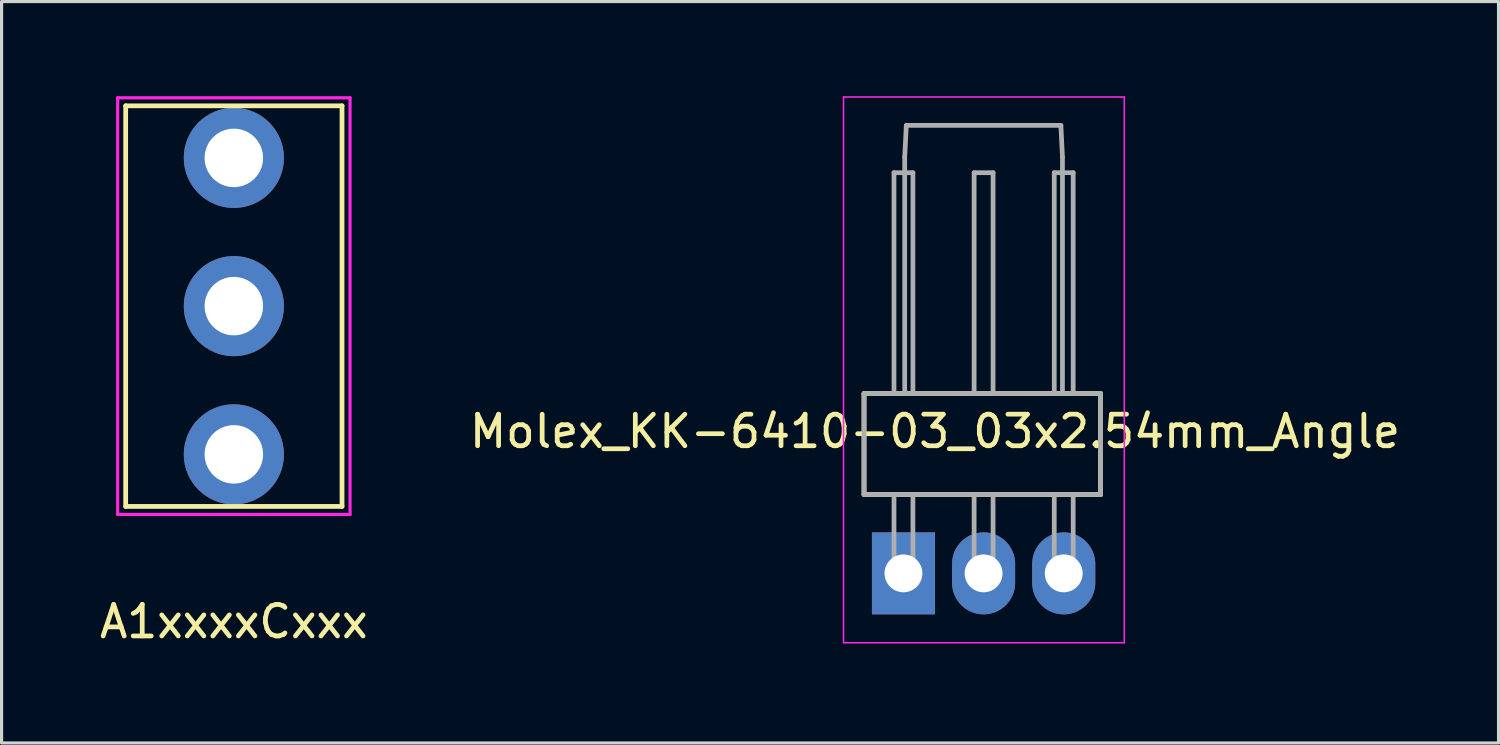
<source format=kicad_pcb>
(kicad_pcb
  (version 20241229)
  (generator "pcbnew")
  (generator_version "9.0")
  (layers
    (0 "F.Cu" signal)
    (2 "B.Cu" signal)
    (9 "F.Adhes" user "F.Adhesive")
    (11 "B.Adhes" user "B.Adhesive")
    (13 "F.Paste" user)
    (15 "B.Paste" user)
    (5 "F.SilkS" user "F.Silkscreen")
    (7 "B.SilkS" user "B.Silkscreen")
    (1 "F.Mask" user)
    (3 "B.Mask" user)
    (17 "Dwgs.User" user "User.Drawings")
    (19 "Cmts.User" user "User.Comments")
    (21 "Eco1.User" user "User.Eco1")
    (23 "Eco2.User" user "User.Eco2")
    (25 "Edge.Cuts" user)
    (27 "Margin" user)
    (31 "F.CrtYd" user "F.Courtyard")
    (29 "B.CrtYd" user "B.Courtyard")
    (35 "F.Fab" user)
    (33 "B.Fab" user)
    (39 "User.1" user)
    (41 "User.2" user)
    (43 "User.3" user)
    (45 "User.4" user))
  (footprint "Molex_KK-6410-03_03x2.54mm_Angle"
    (layer "F.Cu")
    (at 25.589 15.125)
    (property "Reference" "Molex_KK-6410-03_03x2.54mm_Angle" (at 1 -4.5 0) (layer "F.SilkS") (effects (font (size 1 1) (thickness 0.15))))
    (attr through_hole)
    (fp_line (start -1.25 -5.7) (end -1.25 -2.5) (stroke (width 0.15) (type solid)) (layer "F.SilkS"))
    (fp_line (start -1.25 -2.5) (end 6.25 -2.5) (stroke (width 0.15) (type solid)) (layer "F.SilkS"))
    (fp_line (start 6.25 -5.7) (end -1.25 -5.7) (stroke (width 0.15) (type solid)) (layer "F.SilkS"))
    (fp_line (start 6.25 -2.5) (end 6.25 -5.7) (stroke (width 0.15) (type solid)) (layer "F.SilkS"))
    (fp_line (start -1.9 -15.1) (end 7 -15.1) (stroke (width 0.05) (type solid)) (layer "F.CrtYd"))
    (fp_line (start -1.9 2.2) (end -1.9 -15.1) (stroke (width 0.05) (type solid)) (layer "F.CrtYd"))
    (fp_line (start 7 -15.1) (end 7 2.2) (stroke (width 0.05) (type solid)) (layer "F.CrtYd"))
    (fp_line (start 7 2.2) (end -1.9 2.2) (stroke (width 0.05) (type solid)) (layer "F.CrtYd"))
    (fp_line (start -1.25 -5.7) (end 6.25 -5.7) (stroke (width 0.15) (type solid)) (layer "F.Fab"))
    (fp_line (start -1.25 -2.5) (end -1.25 -5.7) (stroke (width 0.15) (type solid)) (layer "F.Fab"))
    (fp_line (start -0.3 -12.7) (end 0.3 -12.7) (stroke (width 0.15) (type solid)) (layer "F.Fab"))
    (fp_line (start -0.3 -5.7) (end -0.3 -12.7) (stroke (width 0.15) (type solid)) (layer "F.Fab"))
    (fp_line (start -0.3 0.3) (end -0.3 -2.5) (stroke (width 0.15) (type solid)) (layer "F.Fab"))
    (fp_line (start -0.3 0.3) (end 0.3 0.3) (stroke (width 0.15) (type solid)) (layer "F.Fab"))
    (fp_line (start 0.04 -13.2) (end 0.09 -14.2) (stroke (width 0.15) (type solid)) (layer "F.Fab"))
    (fp_line (start 0.04 -5.7) (end 0.04 -13.2) (stroke (width 0.15) (type solid)) (layer "F.Fab"))
    (fp_line (start 0.09 -14.2) (end 4.99 -14.2) (stroke (width 0.15) (type solid)) (layer "F.Fab"))
    (fp_line (start 0.3 -12.7) (end 0.3 -5.7) (stroke (width 0.15) (type solid)) (layer "F.Fab"))
    (fp_line (start 0.3 0.3) (end 0.3 -2.5) (stroke (width 0.15) (type solid)) (layer "F.Fab"))
    (fp_line (start 2.24 -12.7) (end 2.84 -12.7) (stroke (width 0.15) (type solid)) (layer "F.Fab"))
    (fp_line (start 2.24 -5.7) (end 2.24 -12.7) (stroke (width 0.15) (type solid)) (layer "F.Fab"))
    (fp_line (start 2.24 0.3) (end 2.24 -2.5) (stroke (width 0.15) (type solid)) (layer "F.Fab"))
    (fp_line (start 2.24 0.3) (end 2.84 0.3) (stroke (width 0.15) (type solid)) (layer "F.Fab"))
    (fp_line (start 2.84 -12.7) (end 2.84 -5.7) (stroke (width 0.15) (type solid)) (layer "F.Fab"))
    (fp_line (start 2.84 0.3) (end 2.84 -2.5) (stroke (width 0.15) (type solid)) (layer "F.Fab"))
    (fp_line (start 4.78 -12.7) (end 5.38 -12.7) (stroke (width 0.15) (type solid)) (layer "F.Fab"))
    (fp_line (start 4.78 -5.7) (end 4.78 -12.7) (stroke (width 0.15) (type solid)) (layer "F.Fab"))
    (fp_line (start 4.78 0.3) (end 4.78 -2.5) (stroke (width 0.15) (type solid)) (layer "F.Fab"))
    (fp_line (start 4.78 0.3) (end 5.38 0.3) (stroke (width 0.15) (type solid)) (layer "F.Fab"))
    (fp_line (start 5.04 -13.2) (end 4.99 -14.2) (stroke (width 0.15) (type solid)) (layer "F.Fab"))
    (fp_line (start 5.04 -13.2) (end 5.04 -5.7) (stroke (width 0.15) (type solid)) (layer "F.Fab"))
    (fp_line (start 5.38 -12.7) (end 5.38 -5.7) (stroke (width 0.15) (type solid)) (layer "F.Fab"))
    (fp_line (start 5.38 0.3) (end 5.38 -2.5) (stroke (width 0.15) (type solid)) (layer "F.Fab"))
    (fp_line (start 6.25 -5.7) (end 6.25 -2.5) (stroke (width 0.15) (type solid)) (layer "F.Fab"))
    (fp_line (start 6.25 -2.5) (end -1.25 -2.5) (stroke (width 0.15) (type solid)) (layer "F.Fab"))
    (pad "1" thru_hole rect (at 0 0) (size 2 2.6) (drill 1.2) (layers "*.Cu" "*.Mask"))
    (pad "2" thru_hole oval (at 2.54 0) (size 2 2.6) (drill 1.2) (layers "*.Cu" "*.Mask"))
    (pad "3" thru_hole oval (at 5.08 0) (size 2 2.6) (drill 1.2) (layers "*.Cu" "*.Mask")))
  (footprint "A1xxxxCxxx"
    (layer "F.Cu")
    (at 4.363 6.654)
    (property "Reference" "A1xxxxCxxx" (at 0 10 0) (layer "F.SilkS") (effects (font (size 1 1) (thickness 0.15))))
    (attr through_hole)
    (fp_line (start -3.429 -6.35) (end 3.429 -6.35) (stroke (width 0.15) (type solid)) (layer "F.SilkS"))
    (fp_line (start -3.429 6.35) (end -3.429 -6.35) (stroke (width 0.15) (type solid)) (layer "F.SilkS"))
    (fp_line (start 3.429 -6.35) (end 3.429 6.35) (stroke (width 0.15) (type solid)) (layer "F.SilkS"))
    (fp_line (start 3.429 6.35) (end -3.429 6.35) (stroke (width 0.15) (type solid)) (layer "F.SilkS"))
    (fp_line (start -3.683 -6.604) (end 3.683 -6.604) (stroke (width 0.1) (type solid)) (layer "F.CrtYd"))
    (fp_line (start -3.683 6.604) (end -3.683 -6.604) (stroke (width 0.1) (type solid)) (layer "F.CrtYd"))
    (fp_line (start 3.683 -6.604) (end 3.683 6.604) (stroke (width 0.1) (type solid)) (layer "F.CrtYd"))
    (fp_line (start 3.683 6.604) (end -3.683 6.604) (stroke (width 0.1) (type solid)) (layer "F.CrtYd"))
    (pad "1" thru_hole circle (at 0 -4.699) (size 3.175 3.175) (drill 1.854) (layers "*.Cu" "*.Mask"))
    (pad "2" thru_hole circle (at 0 0) (size 3.175 3.175) (drill 1.854) (layers "*.Cu" "*.Mask"))
    (pad "3" thru_hole circle (at 0 4.699) (size 3.175 3.175) (drill 1.854) (layers "*.Cu" "*.Mask")))
  (gr_rect
    (start -3 -3)
    (end 44.452 20.502)
    (stroke (width 0.1) (type default))
    (fill no)
    (layer "Edge.Cuts")))
</source>
